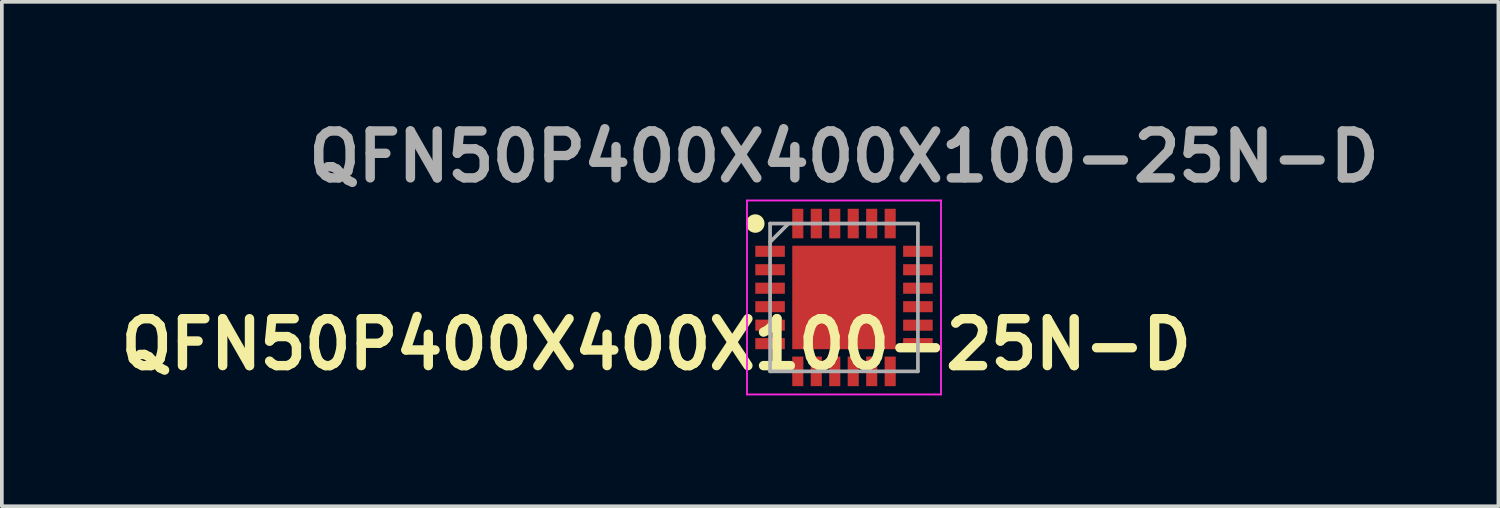
<source format=kicad_pcb>
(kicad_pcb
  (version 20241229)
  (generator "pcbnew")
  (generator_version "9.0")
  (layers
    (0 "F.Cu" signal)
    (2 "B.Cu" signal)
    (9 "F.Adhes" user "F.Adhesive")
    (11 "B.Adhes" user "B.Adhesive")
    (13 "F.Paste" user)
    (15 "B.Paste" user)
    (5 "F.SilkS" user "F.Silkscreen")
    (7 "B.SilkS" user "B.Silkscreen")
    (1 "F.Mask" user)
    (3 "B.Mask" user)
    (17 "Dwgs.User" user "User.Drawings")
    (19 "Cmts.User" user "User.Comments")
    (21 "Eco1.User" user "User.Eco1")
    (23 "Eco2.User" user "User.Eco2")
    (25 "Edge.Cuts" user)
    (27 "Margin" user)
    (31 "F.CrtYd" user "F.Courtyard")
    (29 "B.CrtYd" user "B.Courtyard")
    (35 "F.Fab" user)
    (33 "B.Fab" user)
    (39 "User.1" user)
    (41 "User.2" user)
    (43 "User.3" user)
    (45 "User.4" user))
  (footprint "QFN50P400X400X100-25N-D"
    (layer "F.Cu")
    (at 19.788 4.999)
    (property "Reference" "QFN50P400X400X100-25N-D" (at -5.08 1.27 0) (layer "F.SilkS") (effects (font (size 1.27 1.27) (thickness 0.254))))
    (attr smd)
    (fp_circle (center -2.4 -2) (end -2.4 -1.875) (stroke (width 0.25) (type solid)) (fill no) (layer "F.SilkS"))
    (fp_line (start -2.625 -2.625) (end 2.625 -2.625) (stroke (width 0.05) (type solid)) (layer "F.CrtYd"))
    (fp_line (start -2.625 2.625) (end -2.625 -2.625) (stroke (width 0.05) (type solid)) (layer "F.CrtYd"))
    (fp_line (start 2.625 -2.625) (end 2.625 2.625) (stroke (width 0.05) (type solid)) (layer "F.CrtYd"))
    (fp_line (start 2.625 2.625) (end -2.625 2.625) (stroke (width 0.05) (type solid)) (layer "F.CrtYd"))
    (fp_line (start -2 -2) (end 2 -2) (stroke (width 0.1) (type solid)) (layer "F.Fab"))
    (fp_line (start -2 -1.5) (end -1.5 -2) (stroke (width 0.1) (type solid)) (layer "F.Fab"))
    (fp_line (start -2 2) (end -2 -2) (stroke (width 0.1) (type solid)) (layer "F.Fab"))
    (fp_line (start 2 -2) (end 2 2) (stroke (width 0.1) (type solid)) (layer "F.Fab"))
    (fp_line (start 2 2) (end -2 2) (stroke (width 0.1) (type solid)) (layer "F.Fab"))
    (fp_text user "${REFERENCE}" (at 0 -3.81 0) (layer "F.Fab") (effects (font (size 1.27 1.27) (thickness 0.254))))
    (pad "1" smd rect (at -2 -1.25 90) (size 0.3 0.8) (layers "F.Cu" "F.Mask" "F.Paste"))
    (pad "2" smd rect (at -2 -0.75 90) (size 0.3 0.8) (layers "F.Cu" "F.Mask" "F.Paste"))
    (pad "3" smd rect (at -2 -0.25 90) (size 0.3 0.8) (layers "F.Cu" "F.Mask" "F.Paste"))
    (pad "4" smd rect (at -2 0.25 90) (size 0.3 0.8) (layers "F.Cu" "F.Mask" "F.Paste"))
    (pad "5" smd rect (at -2 0.75 90) (size 0.3 0.8) (layers "F.Cu" "F.Mask" "F.Paste"))
    (pad "6" smd rect (at -2 1.25 90) (size 0.3 0.8) (layers "F.Cu" "F.Mask" "F.Paste"))
    (pad "7" smd rect (at -1.25 2) (size 0.3 0.8) (layers "F.Cu" "F.Mask" "F.Paste"))
    (pad "8" smd rect (at -0.75 2) (size 0.3 0.8) (layers "F.Cu" "F.Mask" "F.Paste"))
    (pad "9" smd rect (at -0.25 2) (size 0.3 0.8) (layers "F.Cu" "F.Mask" "F.Paste"))
    (pad "10" smd rect (at 0.25 2) (size 0.3 0.8) (layers "F.Cu" "F.Mask" "F.Paste"))
    (pad "11" smd rect (at 0.75 2) (size 0.3 0.8) (layers "F.Cu" "F.Mask" "F.Paste"))
    (pad "12" smd rect (at 1.25 2) (size 0.3 0.8) (layers "F.Cu" "F.Mask" "F.Paste"))
    (pad "13" smd rect (at 2 1.25 90) (size 0.3 0.8) (layers "F.Cu" "F.Mask" "F.Paste"))
    (pad "14" smd rect (at 2 0.75 90) (size 0.3 0.8) (layers "F.Cu" "F.Mask" "F.Paste"))
    (pad "15" smd rect (at 2 0.25 90) (size 0.3 0.8) (layers "F.Cu" "F.Mask" "F.Paste"))
    (pad "16" smd rect (at 2 -0.25 90) (size 0.3 0.8) (layers "F.Cu" "F.Mask" "F.Paste"))
    (pad "17" smd rect (at 2 -0.75 90) (size 0.3 0.8) (layers "F.Cu" "F.Mask" "F.Paste"))
    (pad "18" smd rect (at 2 -1.25 90) (size 0.3 0.8) (layers "F.Cu" "F.Mask" "F.Paste"))
    (pad "19" smd rect (at 1.25 -2) (size 0.3 0.8) (layers "F.Cu" "F.Mask" "F.Paste"))
    (pad "20" smd rect (at 0.75 -2) (size 0.3 0.8) (layers "F.Cu" "F.Mask" "F.Paste"))
    (pad "21" smd rect (at 0.25 -2) (size 0.3 0.8) (layers "F.Cu" "F.Mask" "F.Paste"))
    (pad "22" smd rect (at -0.25 -2) (size 0.3 0.8) (layers "F.Cu" "F.Mask" "F.Paste"))
    (pad "23" smd rect (at -0.75 -2) (size 0.3 0.8) (layers "F.Cu" "F.Mask" "F.Paste"))
    (pad "24" smd rect (at -1.25 -2) (size 0.3 0.8) (layers "F.Cu" "F.Mask" "F.Paste"))
    (pad "25" smd rect (at 0 0) (size 2.8 2.8) (layers "F.Cu" "F.Mask" "F.Paste")))
  (gr_rect
    (start -3 -3)
    (end 37.496 10.649)
    (stroke (width 0.1) (type default))
    (fill no)
    (layer "Edge.Cuts")))
</source>
